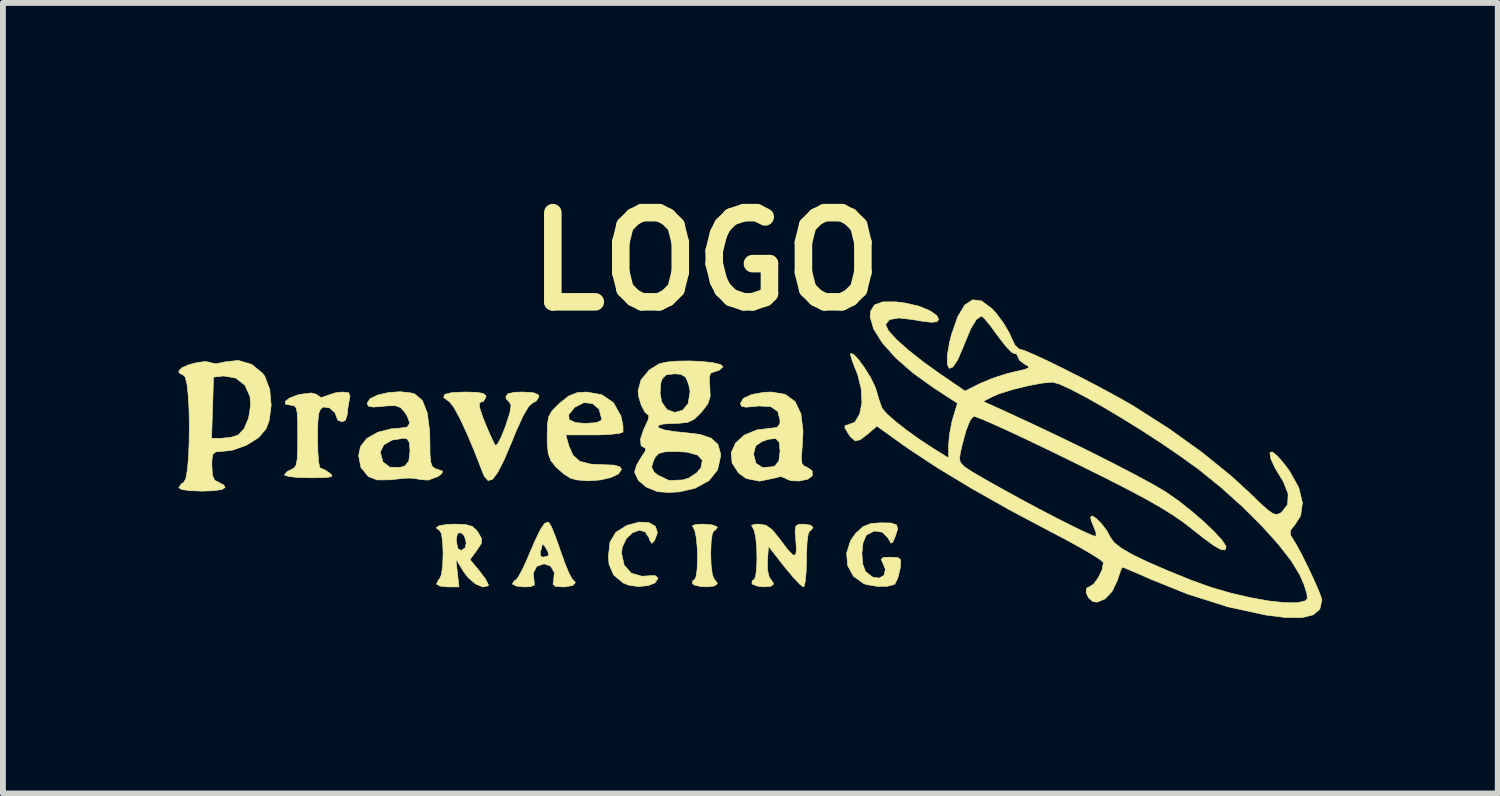
<source format=kicad_pcb>
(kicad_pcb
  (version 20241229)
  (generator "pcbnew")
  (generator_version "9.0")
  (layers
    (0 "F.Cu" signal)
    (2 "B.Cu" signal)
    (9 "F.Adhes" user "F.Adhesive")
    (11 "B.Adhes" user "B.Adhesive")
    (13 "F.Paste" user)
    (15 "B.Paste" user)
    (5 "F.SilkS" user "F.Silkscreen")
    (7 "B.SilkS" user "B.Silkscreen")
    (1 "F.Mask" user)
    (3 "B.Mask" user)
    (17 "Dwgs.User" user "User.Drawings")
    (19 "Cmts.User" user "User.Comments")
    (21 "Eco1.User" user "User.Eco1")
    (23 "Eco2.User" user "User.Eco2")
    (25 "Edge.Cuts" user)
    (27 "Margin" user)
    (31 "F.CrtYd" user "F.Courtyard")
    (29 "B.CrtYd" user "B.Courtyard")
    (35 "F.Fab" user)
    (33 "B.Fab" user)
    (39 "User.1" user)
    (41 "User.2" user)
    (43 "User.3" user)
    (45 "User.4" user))
  (footprint "LOGO"
    (layer "F.Cu")
    (at 9.77 4.72)
    (property "Reference" "LOGO" (at -0.762 -3.302 0) (layer "F.SilkS") (effects (font (size 1.524 1.524) (thickness 0.3))))
    (attr through_hole)
    (fp_poly (pts (xy -0.656 1.197) (xy -0.572 1.227) (xy -0.564 1.242) (xy -0.607 1.297) (xy -0.621 1.298) (xy -0.65 1.35) (xy -0.67 1.49) (xy -0.677 1.69) (xy -0.67 1.89) (xy -0.65 2.043) (xy -0.622 2.116) (xy -0.621 2.117) (xy -0.567 2.189) (xy -0.564 2.205) (xy -0.612 2.241) (xy -0.725 2.256) (xy -0.856 2.25) (xy -0.96 2.224) (xy -0.988 2.201) (xy -0.983 2.149) (xy -0.963 2.145) (xy -0.93 2.094) (xy -0.91 1.964) (xy -0.903 1.786) (xy -0.907 1.593) (xy -0.923 1.417) (xy -0.95 1.29) (xy -0.971 1.253) (xy -0.99 1.21) (xy -0.925 1.19) (xy -0.802 1.185) (xy -0.656 1.197)) (stroke (width 0.01) (type solid)) (fill yes) (layer "F.SilkS"))
    (fp_poly (pts (xy -1.732 1.159) (xy -1.622 1.223) (xy -1.587 1.333) (xy -1.638 1.468) (xy -1.684 1.514) (xy -1.717 1.462) (xy -1.728 1.425) (xy -1.796 1.316) (xy -1.9 1.29) (xy -2.016 1.334) (xy -2.12 1.434) (xy -2.188 1.578) (xy -2.201 1.684) (xy -2.156 1.887) (xy -2.033 2.023) (xy -1.851 2.076) (xy -1.772 2.07) (xy -1.632 2.062) (xy -1.581 2.102) (xy -1.58 2.114) (xy -1.63 2.19) (xy -1.753 2.237) (xy -1.916 2.251) (xy -2.081 2.227) (xy -2.173 2.19) (xy -2.336 2.054) (xy -2.414 1.871) (xy -2.425 1.732) (xy -2.397 1.492) (xy -2.299 1.326) (xy -2.116 1.21) (xy -2.106 1.206) (xy -1.9 1.15) (xy -1.732 1.159)) (stroke (width 0.01) (type solid)) (fill yes) (layer "F.SilkS"))
    (fp_poly (pts (xy 2.404 1.166) (xy 2.499 1.198) (xy 2.516 1.272) (xy 2.479 1.389) (xy 2.432 1.498) (xy 2.401 1.509) (xy 2.358 1.431) (xy 2.356 1.425) (xy 2.257 1.323) (xy 2.119 1.302) (xy 1.99 1.367) (xy 1.975 1.384) (xy 1.924 1.508) (xy 1.906 1.687) (xy 1.92 1.866) (xy 1.967 1.993) (xy 1.97 1.997) (xy 2.09 2.091) (xy 2.205 2.107) (xy 2.286 2.057) (xy 2.307 1.956) (xy 2.266 1.855) (xy 2.234 1.785) (xy 2.273 1.755) (xy 2.395 1.75) (xy 2.521 1.756) (xy 2.569 1.795) (xy 2.565 1.902) (xy 2.556 1.961) (xy 2.519 2.11) (xy 2.47 2.206) (xy 2.461 2.215) (xy 2.343 2.247) (xy 2.17 2.249) (xy 1.995 2.22) (xy 1.939 2.202) (xy 1.763 2.077) (xy 1.663 1.894) (xy 1.645 1.68) (xy 1.714 1.464) (xy 1.797 1.347) (xy 1.924 1.229) (xy 2.06 1.175) (xy 2.215 1.163) (xy 2.404 1.166)) (stroke (width 0.01) (type solid)) (fill yes) (layer "F.SilkS"))
    (fp_poly (pts (xy -4.866 1.192) (xy -4.753 1.223) (xy -4.678 1.289) (xy -4.65 1.329) (xy -4.591 1.434) (xy -4.596 1.515) (xy -4.668 1.626) (xy -4.672 1.632) (xy -4.79 1.791) (xy -4.618 1.999) (xy -4.524 2.126) (xy -4.477 2.217) (xy -4.478 2.239) (xy -4.57 2.26) (xy -4.696 2.206) (xy -4.825 2.095) (xy -4.902 1.992) (xy -5.031 1.778) (xy -5.005 2.018) (xy -4.978 2.258) (xy -5.17 2.258) (xy -5.298 2.244) (xy -5.361 2.211) (xy -5.362 2.205) (xy -5.321 2.128) (xy -5.306 2.117) (xy -5.278 2.047) (xy -5.257 1.896) (xy -5.249 1.697) (xy -5.249 1.69) (xy -5.257 1.489) (xy -5.26 1.469) (xy -5.024 1.469) (xy -4.998 1.602) (xy -4.939 1.637) (xy -4.871 1.588) (xy -4.854 1.502) (xy -4.886 1.385) (xy -4.939 1.334) (xy -5.001 1.339) (xy -5.023 1.432) (xy -5.024 1.469) (xy -5.26 1.469) (xy -5.277 1.35) (xy -5.306 1.298) (xy -5.361 1.255) (xy -5.362 1.242) (xy -5.311 1.211) (xy -5.18 1.19) (xy -5.053 1.185) (xy -4.866 1.192)) (stroke (width 0.01) (type solid)) (fill yes) (layer "F.SilkS"))
    (fp_poly (pts (xy -3.712 -1.062) (xy -3.625 -1.027) (xy -3.612 -0.994) (xy -3.659 -0.917) (xy -3.716 -0.889) (xy -3.787 -0.827) (xy -3.881 -0.668) (xy -4 -0.408) (xy -4.077 -0.219) (xy -4.211 0.096) (xy -4.319 0.307) (xy -4.407 0.421) (xy -4.48 0.441) (xy -4.543 0.373) (xy -4.574 0.3) (xy -4.712 -0.055) (xy -4.844 -0.369) (xy -4.964 -0.625) (xy -5.064 -0.808) (xy -5.137 -0.902) (xy -5.146 -0.908) (xy -5.239 -0.979) (xy -5.224 -1.031) (xy -5.1 -1.062) (xy -4.882 -1.072) (xy -4.677 -1.067) (xy -4.562 -1.047) (xy -4.518 -1.007) (xy -4.516 -0.988) (xy -4.559 -0.913) (xy -4.596 -0.903) (xy -4.632 -0.881) (xy -4.625 -0.803) (xy -4.574 -0.65) (xy -4.535 -0.55) (xy -4.457 -0.365) (xy -4.392 -0.224) (xy -4.354 -0.157) (xy -4.318 -0.185) (xy -4.259 -0.297) (xy -4.189 -0.47) (xy -4.181 -0.493) (xy -4.109 -0.715) (xy -4.088 -0.845) (xy -4.111 -0.891) (xy -4.171 -0.958) (xy -4.177 -0.992) (xy -4.141 -1.044) (xy -4.023 -1.068) (xy -3.895 -1.072) (xy -3.712 -1.062)) (stroke (width 0.01) (type solid)) (fill yes) (layer "F.SilkS"))
    (fp_poly (pts (xy -3.441 1.158) (xy -3.403 1.222) (xy -3.343 1.365) (xy -3.271 1.563) (xy -3.246 1.637) (xy -3.171 1.847) (xy -3.103 2.013) (xy -3.054 2.108) (xy -3.044 2.119) (xy -2.989 2.184) (xy -3.034 2.234) (xy -3.166 2.257) (xy -3.195 2.258) (xy -3.328 2.248) (xy -3.372 2.212) (xy -3.363 2.165) (xy -3.348 2.015) (xy -3.412 1.902) (xy -3.526 1.863) (xy -3.652 1.908) (xy -3.709 2.026) (xy -3.695 2.153) (xy -3.689 2.223) (xy -3.751 2.253) (xy -3.863 2.258) (xy -3.995 2.244) (xy -4.062 2.21) (xy -4.064 2.201) (xy -4.025 2.146) (xy -4.013 2.145) (xy -3.969 2.096) (xy -3.898 1.967) (xy -3.812 1.781) (xy -3.781 1.707) (xy -3.761 1.66) (xy -3.59 1.66) (xy -3.585 1.736) (xy -3.534 1.75) (xy -3.455 1.728) (xy -3.444 1.707) (xy -3.465 1.643) (xy -3.508 1.568) (xy -3.546 1.525) (xy -3.555 1.533) (xy -3.574 1.614) (xy -3.59 1.66) (xy -3.761 1.66) (xy -3.666 1.441) (xy -3.581 1.268) (xy -3.516 1.175) (xy -3.464 1.15) (xy -3.441 1.158)) (stroke (width 0.01) (type solid)) (fill yes) (layer "F.SilkS"))
    (fp_poly (pts (xy 1.027 1.202) (xy 1.072 1.242) (xy 1.029 1.297) (xy 1.016 1.298) (xy 0.989 1.351) (xy 0.969 1.497) (xy 0.96 1.716) (xy 0.96 1.778) (xy 0.954 1.995) (xy 0.939 2.161) (xy 0.917 2.25) (xy 0.907 2.258) (xy 0.849 2.216) (xy 0.745 2.106) (xy 0.613 1.95) (xy 0.582 1.911) (xy 0.31 1.564) (xy 0.293 1.806) (xy 0.295 1.969) (xy 0.321 2.086) (xy 0.335 2.107) (xy 0.39 2.188) (xy 0.395 2.213) (xy 0.348 2.247) (xy 0.24 2.257) (xy 0.12 2.244) (xy 0.037 2.211) (xy 0.028 2.201) (xy 0.033 2.149) (xy 0.053 2.145) (xy 0.086 2.094) (xy 0.106 1.964) (xy 0.113 1.786) (xy 0.109 1.593) (xy 0.093 1.417) (xy 0.066 1.29) (xy 0.045 1.253) (xy 0.021 1.206) (xy 0.088 1.187) (xy 0.148 1.185) (xy 0.268 1.205) (xy 0.373 1.28) (xy 0.496 1.432) (xy 0.5 1.437) (xy 0.64 1.623) (xy 0.729 1.714) (xy 0.776 1.71) (xy 0.788 1.614) (xy 0.778 1.476) (xy 0.765 1.306) (xy 0.776 1.22) (xy 0.824 1.189) (xy 0.911 1.185) (xy 1.027 1.202)) (stroke (width 0.01) (type solid)) (fill yes) (layer "F.SilkS"))
    (fp_poly (pts (xy -2.538 -1.026) (xy -2.34 -0.891) (xy -2.216 -0.672) (xy -2.205 -0.638) (xy -2.176 -0.493) (xy -2.175 -0.396) (xy -2.179 -0.386) (xy -2.245 -0.364) (xy -2.396 -0.348) (xy -2.603 -0.339) (xy -2.681 -0.339) (xy -3.153 -0.339) (xy -3.101 -0.155) (xy -3.029 0.011) (xy -2.913 0.112) (xy -2.729 0.16) (xy -2.529 0.169) (xy -2.332 0.177) (xy -2.229 0.204) (xy -2.201 0.248) (xy -2.252 0.327) (xy -2.385 0.39) (xy -2.569 0.431) (xy -2.774 0.446) (xy -2.968 0.429) (xy -3.076 0.398) (xy -3.191 0.325) (xy -3.32 0.21) (xy -3.33 0.199) (xy -3.41 0.096) (xy -3.453 -0.02) (xy -3.47 -0.189) (xy -3.471 -0.319) (xy -3.467 -0.522) (xy -3.445 -0.652) (xy -3.425 -0.687) (xy -3.102 -0.687) (xy -3.096 -0.599) (xy -2.985 -0.549) (xy -2.822 -0.536) (xy -2.635 -0.548) (xy -2.548 -0.586) (xy -2.54 -0.61) (xy -2.584 -0.778) (xy -2.695 -0.876) (xy -2.844 -0.891) (xy -2.999 -0.812) (xy -3.001 -0.81) (xy -3.102 -0.687) (xy -3.425 -0.687) (xy -3.389 -0.75) (xy -3.285 -0.857) (xy -3.26 -0.879) (xy -3.103 -1.004) (xy -2.958 -1.061) (xy -2.802 -1.072) (xy -2.538 -1.026)) (stroke (width 0.01) (type solid)) (fill yes) (layer "F.SilkS"))
    (fp_poly (pts (xy 0.596 -1.032) (xy 0.764 -0.91) (xy 0.864 -0.701) (xy 0.9 -0.404) (xy 0.886 -0.129) (xy 0.872 0.051) (xy 0.882 0.15) (xy 0.923 0.196) (xy 0.963 0.21) (xy 1.056 0.272) (xy 1.059 0.357) (xy 0.983 0.417) (xy 0.837 0.448) (xy 0.693 0.443) (xy 0.6 0.405) (xy 0.594 0.397) (xy 0.516 0.372) (xy 0.418 0.397) (xy 0.158 0.451) (xy -0.068 0.406) (xy -0.2 0.313) (xy -0.312 0.14) (xy -0.323 -0.006) (xy 0.056 -0.006) (xy 0.097 0.147) (xy 0.21 0.219) (xy 0.383 0.204) (xy 0.419 0.192) (xy 0.487 0.108) (xy 0.508 -0.062) (xy 0.493 -0.213) (xy 0.436 -0.277) (xy 0.314 -0.266) (xy 0.201 -0.227) (xy 0.09 -0.152) (xy 0.057 -0.02) (xy 0.056 -0.006) (xy -0.323 -0.006) (xy -0.326 -0.038) (xy -0.251 -0.202) (xy -0.101 -0.337) (xy 0.113 -0.425) (xy 0.337 -0.452) (xy 0.459 -0.467) (xy 0.504 -0.53) (xy 0.508 -0.586) (xy 0.469 -0.74) (xy 0.349 -0.822) (xy 0.144 -0.834) (xy 0.084 -0.827) (xy -0.076 -0.813) (xy -0.152 -0.83) (xy -0.169 -0.877) (xy -0.117 -0.965) (xy 0.026 -1.031) (xy 0.236 -1.067) (xy 0.36 -1.072) (xy 0.596 -1.032)) (stroke (width 0.01) (type solid)) (fill yes) (layer "F.SilkS"))
    (fp_poly (pts (xy -6.861 -1.059) (xy -6.84 -0.997) (xy -6.851 -0.945) (xy -6.879 -0.782) (xy -6.885 -0.691) (xy -6.918 -0.589) (xy -6.971 -0.564) (xy -7.046 -0.589) (xy -7.056 -0.61) (xy -7.097 -0.72) (xy -7.192 -0.802) (xy -7.294 -0.816) (xy -7.297 -0.815) (xy -7.344 -0.781) (xy -7.374 -0.706) (xy -7.389 -0.568) (xy -7.394 -0.345) (xy -7.394 -0.276) (xy -7.389 -0.054) (xy -7.377 0.118) (xy -7.358 0.214) (xy -7.349 0.226) (xy -7.272 0.257) (xy -7.193 0.309) (xy -7.149 0.35) (xy -7.16 0.375) (xy -7.245 0.388) (xy -7.419 0.393) (xy -7.521 0.393) (xy -7.727 0.388) (xy -7.881 0.372) (xy -7.956 0.349) (xy -7.959 0.342) (xy -7.912 0.285) (xy -7.846 0.254) (xy -7.793 0.227) (xy -7.76 0.173) (xy -7.741 0.068) (xy -7.734 -0.11) (xy -7.733 -0.314) (xy -7.734 -0.562) (xy -7.742 -0.718) (xy -7.761 -0.804) (xy -7.795 -0.839) (xy -7.85 -0.847) (xy -7.85 -0.847) (xy -7.943 -0.865) (xy -7.946 -0.911) (xy -7.874 -0.968) (xy -7.741 -1.019) (xy -7.678 -1.034) (xy -7.5 -1.056) (xy -7.407 -1.031) (xy -7.394 -1.015) (xy -7.331 -0.976) (xy -7.236 -1.01) (xy -7.087 -1.059) (xy -6.968 -1.072) (xy -6.861 -1.059)) (stroke (width 0.01) (type solid)) (fill yes) (layer "F.SilkS"))
    (fp_poly (pts (xy -5.798 -1.057) (xy -5.732 -1.037) (xy -5.604 -0.928) (xy -5.52 -0.716) (xy -5.479 -0.402) (xy -5.475 -0.235) (xy -5.473 -0.01) (xy -5.461 0.126) (xy -5.434 0.2) (xy -5.384 0.237) (xy -5.348 0.248) (xy -5.26 0.279) (xy -5.268 0.318) (xy -5.334 0.371) (xy -5.503 0.433) (xy -5.616 0.426) (xy -5.729 0.406) (xy -5.819 0.398) (xy -5.929 0.403) (xy -6.099 0.422) (xy -6.152 0.428) (xy -6.375 0.43) (xy -6.527 0.371) (xy -6.653 0.217) (xy -6.693 0.016) (xy -6.681 -0.041) (xy -6.322 -0.041) (xy -6.278 0.122) (xy -6.16 0.212) (xy -5.986 0.216) (xy -5.903 0.192) (xy -5.835 0.108) (xy -5.814 -0.062) (xy -5.824 -0.208) (xy -5.865 -0.272) (xy -5.923 -0.282) (xy -6.121 -0.251) (xy -6.263 -0.169) (xy -6.321 -0.051) (xy -6.322 -0.041) (xy -6.681 -0.041) (xy -6.661 -0.14) (xy -6.554 -0.278) (xy -6.367 -0.384) (xy -6.132 -0.444) (xy -6.013 -0.452) (xy -5.866 -0.472) (xy -5.818 -0.538) (xy -5.863 -0.661) (xy -5.906 -0.728) (xy -5.977 -0.807) (xy -6.065 -0.839) (xy -6.211 -0.835) (xy -6.273 -0.828) (xy -6.442 -0.815) (xy -6.526 -0.831) (xy -6.548 -0.879) (xy -6.497 -0.958) (xy -6.365 -1.021) (xy -6.183 -1.063) (xy -5.984 -1.077) (xy -5.798 -1.057)) (stroke (width 0.01) (type solid)) (fill yes) (layer "F.SilkS"))
    (fp_poly (pts (xy -8.519 -1.544) (xy -8.333 -1.392) (xy -8.293 -1.335) (xy -8.211 -1.114) (xy -8.187 -0.846) (xy -8.221 -0.584) (xy -8.273 -0.444) (xy -8.404 -0.292) (xy -8.608 -0.164) (xy -8.844 -0.079) (xy -9.017 -0.058) (xy -9.131 -0.05) (xy -9.184 -0.009) (xy -9.2 0.097) (xy -9.2 0.191) (xy -9.19 0.354) (xy -9.15 0.437) (xy -9.088 0.468) (xy -8.996 0.518) (xy -8.975 0.559) (xy -9.029 0.594) (xy -9.183 0.615) (xy -9.37 0.621) (xy -9.58 0.613) (xy -9.719 0.592) (xy -9.765 0.563) (xy -9.72 0.494) (xy -9.68 0.472) (xy -9.645 0.406) (xy -9.618 0.253) (xy -9.599 0.037) (xy -9.588 -0.221) (xy -9.588 -0.282) (xy -9.205 -0.282) (xy -9.03 -0.282) (xy -8.868 -0.3) (xy -8.75 -0.338) (xy -8.647 -0.448) (xy -8.572 -0.628) (xy -8.539 -0.837) (xy -8.548 -0.992) (xy -8.635 -1.188) (xy -8.794 -1.312) (xy -8.999 -1.346) (xy -9.013 -1.345) (xy -9.172 -1.326) (xy -9.188 -0.804) (xy -9.205 -0.282) (xy -9.588 -0.282) (xy -9.585 -0.497) (xy -9.59 -0.768) (xy -9.604 -1.012) (xy -9.625 -1.205) (xy -9.654 -1.326) (xy -9.68 -1.355) (xy -9.755 -1.395) (xy -9.765 -1.43) (xy -9.715 -1.485) (xy -9.595 -1.538) (xy -9.444 -1.577) (xy -9.304 -1.593) (xy -9.216 -1.574) (xy -9.214 -1.571) (xy -9.131 -1.554) (xy -8.995 -1.582) (xy -8.987 -1.585) (xy -8.749 -1.612) (xy -8.519 -1.544)) (stroke (width 0.01) (type solid)) (fill yes) (layer "F.SilkS"))
    (fp_poly (pts (xy -0.822 -1.593) (xy -0.639 -1.573) (xy -0.512 -1.543) (xy -0.467 -1.504) (xy -0.468 -1.502) (xy -0.534 -1.443) (xy -0.604 -1.422) (xy -0.675 -1.397) (xy -0.702 -1.329) (xy -0.694 -1.185) (xy -0.692 -1.162) (xy -0.686 -0.993) (xy -0.727 -0.868) (xy -0.835 -0.728) (xy -0.836 -0.728) (xy -0.954 -0.611) (xy -1.069 -0.554) (xy -1.229 -0.537) (xy -1.294 -0.536) (xy -1.488 -0.526) (xy -1.578 -0.499) (xy -1.571 -0.463) (xy -1.474 -0.426) (xy -1.293 -0.395) (xy -1.157 -0.383) (xy -0.863 -0.348) (xy -0.667 -0.282) (xy -0.554 -0.177) (xy -0.51 -0.023) (xy -0.508 0.024) (xy -0.559 0.257) (xy -0.707 0.442) (xy -0.945 0.572) (xy -1.214 0.634) (xy -1.403 0.644) (xy -1.573 0.631) (xy -1.594 0.627) (xy -1.776 0.553) (xy -1.914 0.436) (xy -1.975 0.304) (xy -1.976 0.29) (xy -1.952 0.207) (xy -1.687 0.207) (xy -1.649 0.29) (xy -1.586 0.345) (xy -1.388 0.44) (xy -1.153 0.43) (xy -1.051 0.398) (xy -0.916 0.309) (xy -0.843 0.219) (xy -0.82 0.093) (xy -0.901 0.005) (xy -1.083 -0.045) (xy -1.282 -0.056) (xy -1.462 -0.05) (xy -1.564 -0.023) (xy -1.624 0.04) (xy -1.65 0.091) (xy -1.687 0.207) (xy -1.952 0.207) (xy -1.942 0.174) (xy -1.861 0.039) (xy -1.859 0.036) (xy -1.795 -0.063) (xy -1.79 -0.112) (xy -1.796 -0.113) (xy -1.867 -0.156) (xy -1.876 -0.271) (xy -1.822 -0.434) (xy -1.802 -0.474) (xy -1.745 -0.599) (xy -1.732 -0.671) (xy -1.741 -0.677) (xy -1.8 -0.726) (xy -1.862 -0.844) (xy -1.907 -0.989) (xy -1.914 -1.052) (xy -1.542 -1.052) (xy -1.514 -0.9) (xy -1.423 -0.771) (xy -1.291 -0.723) (xy -1.157 -0.761) (xy -1.063 -0.874) (xy -1.029 -1.076) (xy -1.052 -1.198) (xy -1.104 -1.326) (xy -1.188 -1.376) (xy -1.296 -1.383) (xy -1.434 -1.367) (xy -1.503 -1.302) (xy -1.53 -1.225) (xy -1.542 -1.052) (xy -1.914 -1.052) (xy -1.919 -1.091) (xy -1.867 -1.279) (xy -1.729 -1.447) (xy -1.557 -1.554) (xy -1.428 -1.584) (xy -1.244 -1.6) (xy -1.033 -1.603) (xy -0.822 -1.593)) (stroke (width 0.01) (type solid)) (fill yes) (layer "F.SilkS"))
    (fp_poly (pts (xy 3.953 -2.627) (xy 4.126 -2.498) (xy 4.199 -2.419) (xy 4.328 -2.246) (xy 4.43 -2.071) (xy 4.462 -1.996) (xy 4.522 -1.87) (xy 4.588 -1.808) (xy 4.597 -1.806) (xy 4.682 -1.781) (xy 4.847 -1.711) (xy 5.073 -1.606) (xy 5.341 -1.475) (xy 5.631 -1.329) (xy 5.926 -1.176) (xy 6.204 -1.026) (xy 6.449 -0.889) (xy 6.548 -0.831) (xy 7.151 -0.446) (xy 7.715 -0.042) (xy 8.215 0.363) (xy 8.513 0.636) (xy 8.708 0.824) (xy 8.841 0.944) (xy 8.931 1.006) (xy 8.994 1.021) (xy 9.05 1.001) (xy 9.078 0.982) (xy 9.18 0.849) (xy 9.189 0.668) (xy 9.105 0.455) (xy 9.067 0.394) (xy 8.971 0.235) (xy 8.901 0.089) (xy 8.892 0.064) (xy 8.877 -0.036) (xy 8.917 -0.049) (xy 9.002 0.019) (xy 9.125 0.16) (xy 9.215 0.282) (xy 9.37 0.562) (xy 9.433 0.821) (xy 9.402 1.044) (xy 9.305 1.194) (xy 9.226 1.295) (xy 9.23 1.376) (xy 9.249 1.405) (xy 9.322 1.523) (xy 9.418 1.7) (xy 9.522 1.909) (xy 9.622 2.121) (xy 9.705 2.308) (xy 9.755 2.441) (xy 9.765 2.484) (xy 9.73 2.636) (xy 9.62 2.734) (xy 9.428 2.782) (xy 9.147 2.781) (xy 8.805 2.738) (xy 8.161 2.598) (xy 7.473 2.38) (xy 6.873 2.139) (xy 6.658 2.045) (xy 6.485 1.971) (xy 6.379 1.927) (xy 6.356 1.919) (xy 6.332 1.967) (xy 6.289 2.089) (xy 6.272 2.145) (xy 6.184 2.33) (xy 6.061 2.462) (xy 5.926 2.518) (xy 5.856 2.509) (xy 5.778 2.445) (xy 5.737 2.354) (xy 5.746 2.278) (xy 5.789 2.258) (xy 5.865 2.211) (xy 5.947 2.098) (xy 6.011 1.963) (xy 6.031 1.85) (xy 6.029 1.838) (xy 5.975 1.79) (xy 5.837 1.701) (xy 5.631 1.581) (xy 5.374 1.44) (xy 5.136 1.316) (xy 4.433 0.943) (xy 3.783 0.576) (xy 3.202 0.225) (xy 2.96 0.066) (xy 3.574 0.066) (xy 3.589 0.133) (xy 3.651 0.199) (xy 3.775 0.283) (xy 3.98 0.403) (xy 3.99 0.409) (xy 4.292 0.579) (xy 4.607 0.752) (xy 4.921 0.92) (xy 5.217 1.075) (xy 5.479 1.207) (xy 5.692 1.311) (xy 5.839 1.376) (xy 5.905 1.395) (xy 5.906 1.394) (xy 5.906 1.328) (xy 5.875 1.25) (xy 5.826 1.13) (xy 5.814 1.066) (xy 5.843 1.044) (xy 5.914 1.092) (xy 6.005 1.185) (xy 6.093 1.302) (xy 6.152 1.411) (xy 6.214 1.498) (xy 6.334 1.594) (xy 6.523 1.704) (xy 6.792 1.834) (xy 7.149 1.988) (xy 7.542 2.147) (xy 7.867 2.264) (xy 8.206 2.363) (xy 8.541 2.441) (xy 8.854 2.497) (xy 9.126 2.527) (xy 9.34 2.529) (xy 9.477 2.498) (xy 9.517 2.46) (xy 9.509 2.371) (xy 9.46 2.217) (xy 9.388 2.051) (xy 9.241 1.81) (xy 9.018 1.524) (xy 8.733 1.209) (xy 8.405 0.883) (xy 8.049 0.563) (xy 7.683 0.266) (xy 7.639 0.233) (xy 7.351 0.025) (xy 7.029 -0.195) (xy 6.69 -0.415) (xy 6.348 -0.627) (xy 6.021 -0.822) (xy 5.723 -0.99) (xy 5.47 -1.122) (xy 5.278 -1.209) (xy 5.163 -1.241) (xy 5.161 -1.241) (xy 4.977 -1.223) (xy 4.736 -1.177) (xy 4.482 -1.114) (xy 4.259 -1.045) (xy 4.131 -0.991) (xy 3.979 -0.911) (xy 4.374 -0.732) (xy 4.832 -0.52) (xy 5.293 -0.301) (xy 5.742 -0.083) (xy 6.16 0.127) (xy 6.531 0.319) (xy 6.838 0.484) (xy 7.064 0.615) (xy 7.11 0.644) (xy 7.319 0.79) (xy 7.536 0.962) (xy 7.745 1.142) (xy 7.925 1.313) (xy 8.057 1.457) (xy 8.124 1.558) (xy 8.128 1.577) (xy 8.109 1.627) (xy 8.044 1.621) (xy 7.924 1.554) (xy 7.739 1.419) (xy 7.544 1.265) (xy 7.388 1.145) (xy 7.215 1.026) (xy 7.014 0.901) (xy 6.769 0.761) (xy 6.467 0.6) (xy 6.095 0.41) (xy 5.637 0.182) (xy 5.481 0.105) (xy 5.087 -0.087) (xy 4.723 -0.261) (xy 4.404 -0.41) (xy 4.141 -0.53) (xy 3.947 -0.613) (xy 3.834 -0.655) (xy 3.813 -0.658) (xy 3.752 -0.583) (xy 3.685 -0.412) (xy 3.617 -0.161) (xy 3.586 -0.021) (xy 3.574 0.066) (xy 2.96 0.066) (xy 2.707 -0.101) (xy 2.592 -0.182) (xy 2.163 -0.49) (xy 2.01 -0.358) (xy 1.878 -0.257) (xy 1.791 -0.238) (xy 1.715 -0.303) (xy 1.67 -0.367) (xy 1.613 -0.466) (xy 1.624 -0.504) (xy 1.661 -0.508) (xy 1.785 -0.557) (xy 1.867 -0.691) (xy 1.906 -0.885) (xy 1.896 -1.118) (xy 1.835 -1.367) (xy 1.805 -1.443) (xy 1.744 -1.598) (xy 1.713 -1.705) (xy 1.714 -1.732) (xy 1.765 -1.715) (xy 1.85 -1.624) (xy 1.95 -1.487) (xy 2.048 -1.33) (xy 2.123 -1.18) (xy 2.152 -1.101) (xy 2.2 -0.936) (xy 2.245 -0.81) (xy 2.254 -0.79) (xy 2.329 -0.702) (xy 2.476 -0.572) (xy 2.675 -0.416) (xy 2.902 -0.254) (xy 3.119 -0.112) (xy 3.387 0.055) (xy 3.387 -0.161) (xy 3.404 -0.356) (xy 3.447 -0.575) (xy 3.463 -0.629) (xy 3.538 -0.881) (xy 3.138 -1.141) (xy 2.78 -1.397) (xy 2.482 -1.658) (xy 2.255 -1.913) (xy 2.106 -2.15) (xy 2.047 -2.358) (xy 2.055 -2.453) (xy 2.121 -2.56) (xy 2.261 -2.612) (xy 2.486 -2.613) (xy 2.657 -2.591) (xy 2.882 -2.538) (xy 3.067 -2.462) (xy 3.187 -2.377) (xy 3.217 -2.313) (xy 3.187 -2.272) (xy 3.085 -2.264) (xy 2.896 -2.288) (xy 2.775 -2.31) (xy 2.535 -2.337) (xy 2.38 -2.31) (xy 2.315 -2.233) (xy 2.314 -2.216) (xy 2.36 -2.119) (xy 2.491 -1.974) (xy 2.693 -1.793) (xy 2.955 -1.586) (xy 3.231 -1.388) (xy 3.669 -1.088) (xy 3.926 -1.218) (xy 4.137 -1.306) (xy 4.384 -1.386) (xy 4.504 -1.415) (xy 4.678 -1.455) (xy 4.755 -1.484) (xy 4.75 -1.513) (xy 4.699 -1.54) (xy 4.601 -1.613) (xy 4.572 -1.677) (xy 4.544 -1.73) (xy 4.52 -1.724) (xy 4.465 -1.751) (xy 4.367 -1.852) (xy 4.248 -2.005) (xy 4.229 -2.031) (xy 4.109 -2.196) (xy 4.01 -2.317) (xy 3.953 -2.37) (xy 3.95 -2.371) (xy 3.864 -2.315) (xy 3.763 -2.148) (xy 3.648 -1.87) (xy 3.641 -1.851) (xy 3.543 -1.622) (xy 3.46 -1.499) (xy 3.398 -1.476) (xy 3.365 -1.546) (xy 3.366 -1.703) (xy 3.408 -1.94) (xy 3.436 -2.05) (xy 3.544 -2.36) (xy 3.664 -2.559) (xy 3.8 -2.648) (xy 3.953 -2.627)) (stroke (width 0.01) (type solid)) (fill yes) (layer "F.SilkS")))
  (gr_rect
    (start -3 -3)
    (end 22.54 10.507)
    (stroke (width 0.1) (type default))
    (fill no)
    (layer "Edge.Cuts")))
</source>
